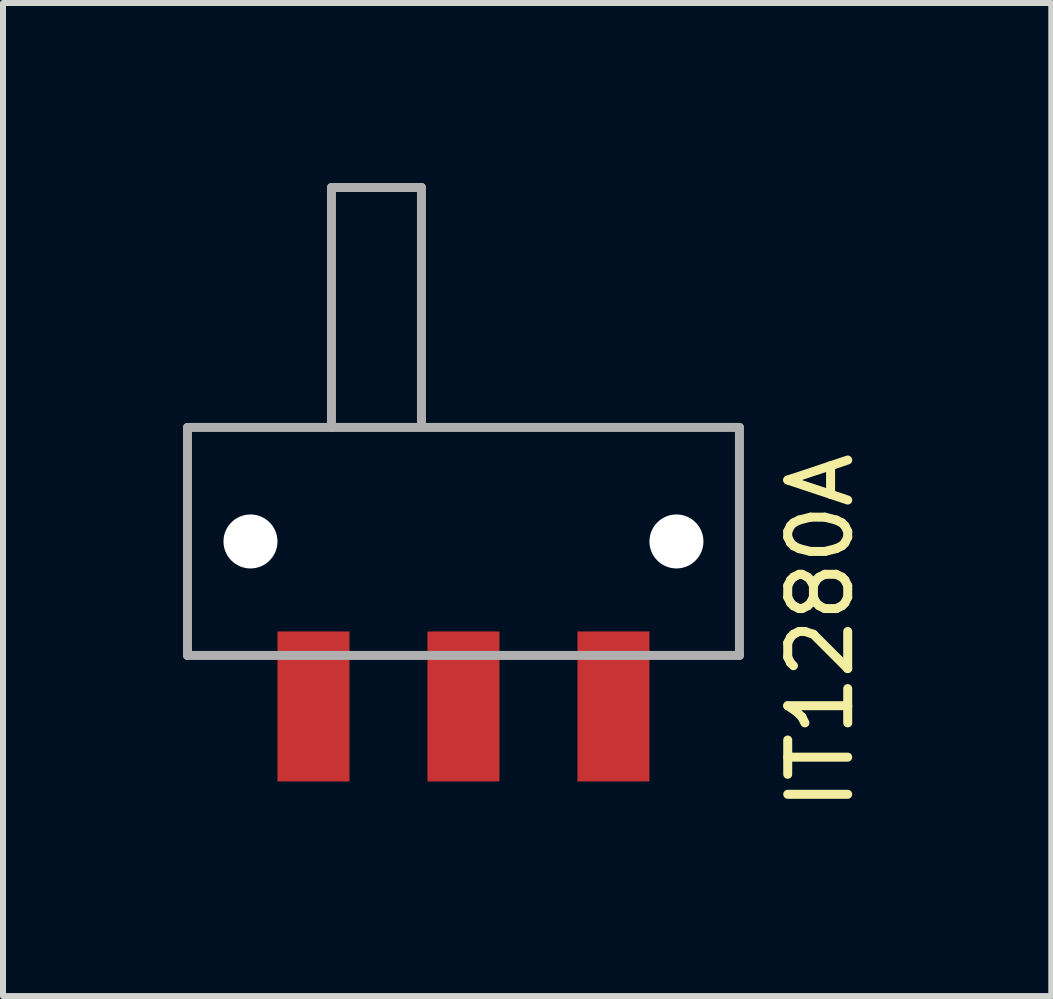
<source format=kicad_pcb>
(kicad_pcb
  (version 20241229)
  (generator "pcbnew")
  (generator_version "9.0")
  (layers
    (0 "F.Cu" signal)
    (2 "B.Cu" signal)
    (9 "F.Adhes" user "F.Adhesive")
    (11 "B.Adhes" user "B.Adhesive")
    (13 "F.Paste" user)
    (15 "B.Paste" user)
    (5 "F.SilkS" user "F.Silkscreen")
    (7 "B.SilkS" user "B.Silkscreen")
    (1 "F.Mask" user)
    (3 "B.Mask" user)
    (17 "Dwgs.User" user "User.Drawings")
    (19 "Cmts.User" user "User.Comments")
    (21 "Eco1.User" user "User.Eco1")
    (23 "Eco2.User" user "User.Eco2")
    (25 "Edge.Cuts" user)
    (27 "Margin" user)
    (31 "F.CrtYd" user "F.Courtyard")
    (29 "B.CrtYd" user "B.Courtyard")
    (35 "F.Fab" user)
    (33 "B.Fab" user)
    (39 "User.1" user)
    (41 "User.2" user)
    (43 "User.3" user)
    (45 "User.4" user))
  (footprint "IT1280A"
    (layer "F.Cu")
    (at 4.675 5.975)
    (property "Reference" "IT1280A" (at 5.95 1.5 90) (layer "F.SilkS") (effects (font (size 1 1) (thickness 0.15))))
    (attr smd)
    (fp_line (start -4.6 -1.9) (end 4.6 -1.9) (stroke (width 0.15) (type solid)) (layer "F.Fab"))
    (fp_line (start -4.6 1.9) (end -4.6 -1.9) (stroke (width 0.15) (type solid)) (layer "F.Fab"))
    (fp_line (start -2.2 -5.9) (end -2.2 -1.9) (stroke (width 0.15) (type solid)) (layer "F.Fab"))
    (fp_line (start -0.7 -5.9) (end -2.2 -5.9) (stroke (width 0.15) (type solid)) (layer "F.Fab"))
    (fp_line (start -0.7 -1.95) (end -0.7 -5.9) (stroke (width 0.15) (type solid)) (layer "F.Fab"))
    (fp_line (start 4.6 -1.9) (end 4.6 1.9) (stroke (width 0.15) (type solid)) (layer "F.Fab"))
    (fp_line (start 4.6 1.9) (end -4.6 1.9) (stroke (width 0.15) (type solid)) (layer "F.Fab"))
    (pad "" np_thru_hole circle (at -3.55 0) (size 0.9 0.9) (drill 0.9) (layers "*.Cu" "*.Mask"))
    (pad "" np_thru_hole circle (at 3.55 0) (size 0.9 0.9) (drill 0.9) (layers "*.Cu" "*.Mask"))
    (pad "1" smd rect (at -2.5 2.75) (size 1.2 2.5) (layers "F.Cu" "F.Mask" "F.Paste"))
    (pad "2" smd rect (at 0 2.75) (size 1.2 2.5) (layers "F.Cu" "F.Mask" "F.Paste"))
    (pad "3" smd rect (at 2.5 2.75) (size 1.2 2.5) (layers "F.Cu" "F.Mask" "F.Paste")))
  (gr_rect
    (start -3 -3)
    (end 14.473 13.552)
    (stroke (width 0.1) (type default))
    (fill no)
    (layer "Edge.Cuts")))
</source>
